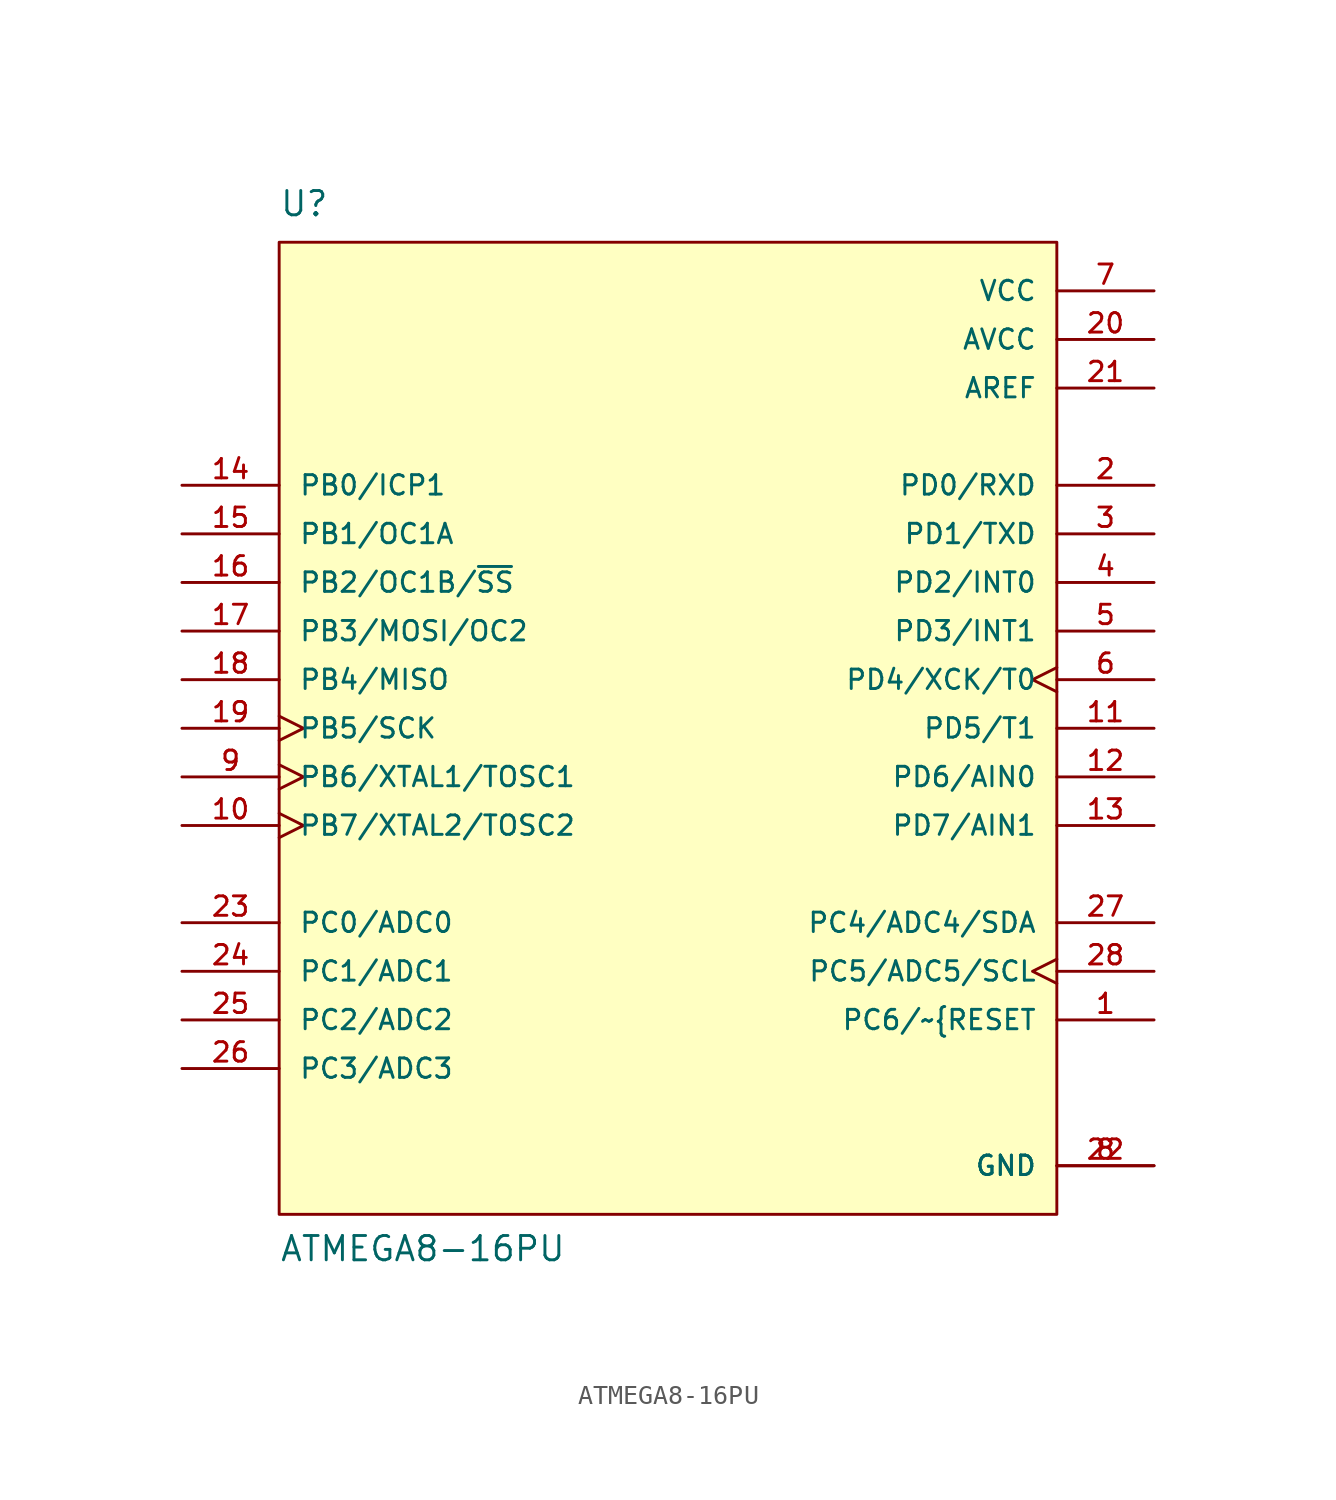
<source format=kicad_sym>
(kicad_symbol_lib
  (version 20211014)
  (generator kicad_symbol_editor)
  (symbol "ATMEGA8-16PU"
    (pin_names
      (offset 1.016))
    (property "Reference" "U"
      (at -20.32 26.67 0)
      (effects (font (size 1.27 1.27)) (justify bottom left)))
    (property "Value" "ATMEGA8-16PU"
      (at -20.32 -27.94 0)
      (effects (font (size 1.27 1.27)) (justify bottom left)))
    (symbol "ATMEGA8-16PU_0_0"
      (rectangle (start -20.32 -25.4) (end 20.32 25.4) (stroke (width 0.152)) (fill (type background)))
      (pin bidirectional line (at 25.4 -15.24 180.0) (length 5.08) (name "PC6/~{RESET~{}" (effects (font (size 1.016 1.016)))) (number "1" (effects (font (size 1.016 1.016)))))
      (pin bidirectional line (at 25.4 12.7 180.0) (length 5.08) (name "PD0/RXD" (effects (font (size 1.016 1.016)))) (number "2" (effects (font (size 1.016 1.016)))))
      (pin bidirectional line (at 25.4 10.16 180.0) (length 5.08) (name "PD1/TXD" (effects (font (size 1.016 1.016)))) (number "3" (effects (font (size 1.016 1.016)))))
      (pin bidirectional line (at 25.4 7.62 180.0) (length 5.08) (name "PD2/INT0" (effects (font (size 1.016 1.016)))) (number "4" (effects (font (size 1.016 1.016)))))
      (pin bidirectional line (at 25.4 5.08 180.0) (length 5.08) (name "PD3/INT1" (effects (font (size 1.016 1.016)))) (number "5" (effects (font (size 1.016 1.016)))))
      (pin bidirectional clock (at 25.4 2.54 180.0) (length 5.08) (name "PD4/XCK/T0" (effects (font (size 1.016 1.016)))) (number "6" (effects (font (size 1.016 1.016)))))
      (pin power_in line (at 25.4 22.86 180.0) (length 5.08) (name "VCC" (effects (font (size 1.016 1.016)))) (number "7" (effects (font (size 1.016 1.016)))))
      (pin power_in line (at 25.4 -22.86 180.0) (length 5.08) (name "GND" (effects (font (size 1.016 1.016)))) (number "8" (effects (font (size 1.016 1.016)))))
      (pin power_in line (at 25.4 -22.86 180.0) (length 5.08) (name "GND" (effects (font (size 1.016 1.016)))) (number "22" (effects (font (size 1.016 1.016)))))
      (pin bidirectional clock (at -25.4 -2.54 0) (length 5.08) (name "PB6/XTAL1/TOSC1" (effects (font (size 1.016 1.016)))) (number "9" (effects (font (size 1.016 1.016)))))
      (pin bidirectional clock (at -25.4 -5.08 0) (length 5.08) (name "PB7/XTAL2/TOSC2" (effects (font (size 1.016 1.016)))) (number "10" (effects (font (size 1.016 1.016)))))
      (pin bidirectional line (at 25.4 0.0 180.0) (length 5.08) (name "PD5/T1" (effects (font (size 1.016 1.016)))) (number "11" (effects (font (size 1.016 1.016)))))
      (pin bidirectional line (at 25.4 -2.54 180.0) (length 5.08) (name "PD6/AIN0" (effects (font (size 1.016 1.016)))) (number "12" (effects (font (size 1.016 1.016)))))
      (pin bidirectional line (at 25.4 -5.08 180.0) (length 5.08) (name "PD7/AIN1" (effects (font (size 1.016 1.016)))) (number "13" (effects (font (size 1.016 1.016)))))
      (pin bidirectional line (at -25.4 12.7 0) (length 5.08) (name "PB0/ICP1" (effects (font (size 1.016 1.016)))) (number "14" (effects (font (size 1.016 1.016)))))
      (pin bidirectional line (at -25.4 10.16 0) (length 5.08) (name "PB1/OC1A" (effects (font (size 1.016 1.016)))) (number "15" (effects (font (size 1.016 1.016)))))
      (pin bidirectional line (at -25.4 7.62 0) (length 5.08) (name "PB2/OC1B/~{SS}" (effects (font (size 1.016 1.016)))) (number "16" (effects (font (size 1.016 1.016)))))
      (pin bidirectional line (at -25.4 5.08 0) (length 5.08) (name "PB3/MOSI/OC2" (effects (font (size 1.016 1.016)))) (number "17" (effects (font (size 1.016 1.016)))))
      (pin bidirectional line (at -25.4 2.54 0) (length 5.08) (name "PB4/MISO" (effects (font (size 1.016 1.016)))) (number "18" (effects (font (size 1.016 1.016)))))
      (pin bidirectional clock (at -25.4 0.0 0) (length 5.08) (name "PB5/SCK" (effects (font (size 1.016 1.016)))) (number "19" (effects (font (size 1.016 1.016)))))
      (pin power_in line (at 25.4 20.32 180.0) (length 5.08) (name "AVCC" (effects (font (size 1.016 1.016)))) (number "20" (effects (font (size 1.016 1.016)))))
      (pin power_in line (at 25.4 17.78 180.0) (length 5.08) (name "AREF" (effects (font (size 1.016 1.016)))) (number "21" (effects (font (size 1.016 1.016)))))
      (pin bidirectional line (at -25.4 -10.16 0) (length 5.08) (name "PC0/ADC0" (effects (font (size 1.016 1.016)))) (number "23" (effects (font (size 1.016 1.016)))))
      (pin bidirectional line (at -25.4 -12.7 0) (length 5.08) (name "PC1/ADC1" (effects (font (size 1.016 1.016)))) (number "24" (effects (font (size 1.016 1.016)))))
      (pin bidirectional line (at -25.4 -15.24 0) (length 5.08) (name "PC2/ADC2" (effects (font (size 1.016 1.016)))) (number "25" (effects (font (size 1.016 1.016)))))
      (pin bidirectional line (at -25.4 -17.78 0) (length 5.08) (name "PC3/ADC3" (effects (font (size 1.016 1.016)))) (number "26" (effects (font (size 1.016 1.016)))))
      (pin bidirectional line (at 25.4 -10.16 180.0) (length 5.08) (name "PC4/ADC4/SDA" (effects (font (size 1.016 1.016)))) (number "27" (effects (font (size 1.016 1.016)))))
      (pin bidirectional clock (at 25.4 -12.7 180.0) (length 5.08) (name "PC5/ADC5/SCL" (effects (font (size 1.016 1.016)))) (number "28" (effects (font (size 1.016 1.016))))))))
</source>
